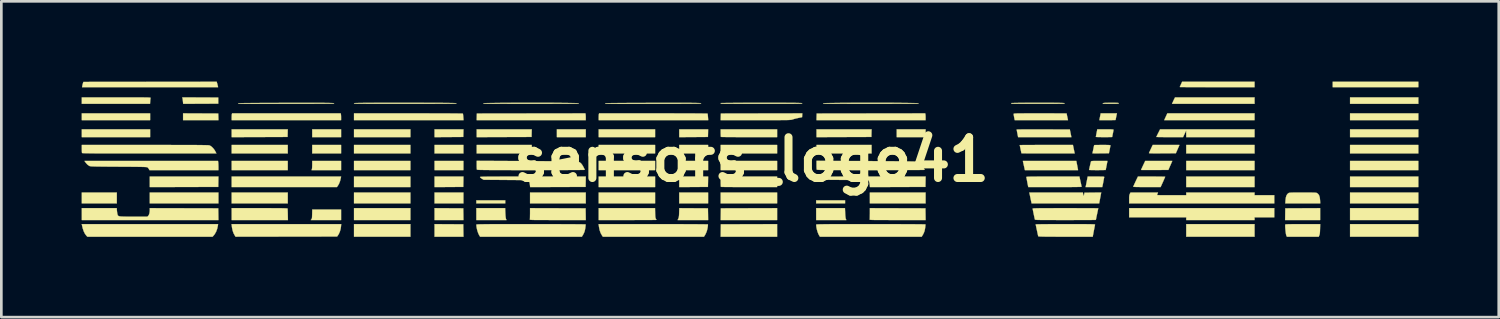
<source format=kicad_pcb>
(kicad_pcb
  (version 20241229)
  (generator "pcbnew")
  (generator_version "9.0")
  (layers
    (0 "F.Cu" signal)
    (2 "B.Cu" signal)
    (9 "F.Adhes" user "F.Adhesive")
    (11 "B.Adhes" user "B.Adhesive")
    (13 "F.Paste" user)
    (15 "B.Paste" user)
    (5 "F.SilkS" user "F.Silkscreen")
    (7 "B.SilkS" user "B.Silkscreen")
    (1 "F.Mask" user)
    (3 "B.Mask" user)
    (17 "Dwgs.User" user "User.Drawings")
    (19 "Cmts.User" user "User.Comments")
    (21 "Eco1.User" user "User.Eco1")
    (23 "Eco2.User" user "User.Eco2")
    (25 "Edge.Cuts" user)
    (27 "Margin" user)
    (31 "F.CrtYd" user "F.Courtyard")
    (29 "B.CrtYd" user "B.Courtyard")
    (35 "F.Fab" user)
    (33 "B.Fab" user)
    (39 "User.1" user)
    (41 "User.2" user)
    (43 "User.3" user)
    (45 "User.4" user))
  (footprint "sensors_logo41"
    (layer "F.Cu")
    (at 25.039 2.913)
    (property "Reference" "sensors_logo41" (at 0 0 0) (layer "F.SilkS") (effects (font (size 1.524 1.524) (thickness 0.3))))
    (attr through_hole)
    (fp_poly (pts (xy -23.724 1.638) (xy -25.032 1.638) (xy -25.032 1.232) (xy -23.724 1.232) (xy -23.724 1.638)) (stroke (width 0.01) (type solid)) (fill yes) (layer "F.SilkS"))
    (fp_poly (pts (xy -22.479 -1.473) (xy -25.032 -1.473) (xy -25.032 -1.727) (xy -22.479 -1.727) (xy -22.479 -1.473)) (stroke (width 0.01) (type solid)) (fill yes) (layer "F.SilkS"))
    (fp_poly (pts (xy -22.479 -0.838) (xy -25.032 -0.838) (xy -25.032 -1.13) (xy -22.479 -1.13) (xy -22.479 -0.838)) (stroke (width 0.01) (type solid)) (fill yes) (layer "F.SilkS"))
    (fp_poly (pts (xy -19.926 1.638) (xy -22.492 1.638) (xy -22.492 1.232) (xy -19.926 1.232) (xy -19.926 1.638)) (stroke (width 0.01) (type solid)) (fill yes) (layer "F.SilkS"))
    (fp_poly (pts (xy -17.335 -0.229) (xy -19.431 -0.229) (xy -19.431 -0.546) (xy -17.335 -0.546) (xy -17.335 -0.229)) (stroke (width 0.01) (type solid)) (fill yes) (layer "F.SilkS"))
    (fp_poly (pts (xy -17.335 0.394) (xy -19.431 0.394) (xy -19.431 0.051) (xy -17.335 0.051) (xy -17.335 0.394)) (stroke (width 0.01) (type solid)) (fill yes) (layer "F.SilkS"))
    (fp_poly (pts (xy -17.335 1.638) (xy -19.431 1.638) (xy -19.431 1.232) (xy -17.335 1.232) (xy -17.335 1.638)) (stroke (width 0.01) (type solid)) (fill yes) (layer "F.SilkS"))
    (fp_poly (pts (xy -15.342 -0.838) (xy -16.421 -0.838) (xy -16.421 -1.13) (xy -15.342 -1.13) (xy -15.342 -0.838)) (stroke (width 0.01) (type solid)) (fill yes) (layer "F.SilkS"))
    (fp_poly (pts (xy -15.342 -0.229) (xy -16.421 -0.229) (xy -16.421 -0.546) (xy -15.342 -0.546) (xy -15.342 -0.229)) (stroke (width 0.01) (type solid)) (fill yes) (layer "F.SilkS"))
    (fp_poly (pts (xy -12.751 -0.838) (xy -14.859 -0.838) (xy -14.859 -1.13) (xy -12.751 -1.13) (xy -12.751 -0.838)) (stroke (width 0.01) (type solid)) (fill yes) (layer "F.SilkS"))
    (fp_poly (pts (xy -12.751 -0.229) (xy -14.859 -0.229) (xy -14.859 -0.546) (xy -12.751 -0.546) (xy -12.751 -0.229)) (stroke (width 0.01) (type solid)) (fill yes) (layer "F.SilkS"))
    (fp_poly (pts (xy -12.751 0.394) (xy -14.859 0.394) (xy -14.859 0.051) (xy -12.751 0.051) (xy -12.751 0.394)) (stroke (width 0.01) (type solid)) (fill yes) (layer "F.SilkS"))
    (fp_poly (pts (xy -12.751 1.029) (xy -14.859 1.029) (xy -14.859 0.635) (xy -12.751 0.635) (xy -12.751 1.029)) (stroke (width 0.01) (type solid)) (fill yes) (layer "F.SilkS"))
    (fp_poly (pts (xy -12.751 1.638) (xy -14.859 1.638) (xy -14.859 1.232) (xy -12.751 1.232) (xy -12.751 1.638)) (stroke (width 0.01) (type solid)) (fill yes) (layer "F.SilkS"))
    (fp_poly (pts (xy -12.751 2.261) (xy -14.859 2.261) (xy -14.859 1.816) (xy -12.751 1.816) (xy -12.751 2.261)) (stroke (width 0.01) (type solid)) (fill yes) (layer "F.SilkS"))
    (fp_poly (pts (xy -12.751 2.883) (xy -14.859 2.883) (xy -14.859 2.413) (xy -12.751 2.413) (xy -12.751 2.883)) (stroke (width 0.01) (type solid)) (fill yes) (layer "F.SilkS"))
    (fp_poly (pts (xy -10.776 2.419) (xy -10.769 2.883) (xy -11.849 2.883) (xy -11.849 2.413) (xy -10.776 2.419)) (stroke (width 0.01) (type solid)) (fill yes) (layer "F.SilkS"))
    (fp_poly (pts (xy -10.77 -0.229) (xy -11.849 -0.229) (xy -11.849 -0.546) (xy -10.77 -0.546) (xy -10.77 -0.229)) (stroke (width 0.01) (type solid)) (fill yes) (layer "F.SilkS"))
    (fp_poly (pts (xy -10.77 0.394) (xy -11.849 0.394) (xy -11.849 0.051) (xy -10.77 0.051) (xy -10.77 0.394)) (stroke (width 0.01) (type solid)) (fill yes) (layer "F.SilkS"))
    (fp_poly (pts (xy -10.77 1.638) (xy -11.849 1.638) (xy -11.849 1.232) (xy -10.77 1.232) (xy -10.77 1.638)) (stroke (width 0.01) (type solid)) (fill yes) (layer "F.SilkS"))
    (fp_poly (pts (xy -9.207 1.638) (xy -10.287 1.638) (xy -10.287 1.524) (xy -9.207 1.524) (xy -9.207 1.638)) (stroke (width 0.01) (type solid)) (fill yes) (layer "F.SilkS"))
    (fp_poly (pts (xy -8.217 -0.229) (xy -10.274 -0.229) (xy -10.274 -0.546) (xy -8.217 -0.546) (xy -8.217 -0.229)) (stroke (width 0.01) (type solid)) (fill yes) (layer "F.SilkS"))
    (fp_poly (pts (xy -6.198 -0.838) (xy -7.277 -0.838) (xy -7.277 -1.13) (xy -6.198 -1.13) (xy -6.198 -0.838)) (stroke (width 0.01) (type solid)) (fill yes) (layer "F.SilkS"))
    (fp_poly (pts (xy -6.198 1.638) (xy -8.28 1.638) (xy -8.28 1.232) (xy -6.198 1.232) (xy -6.198 1.638)) (stroke (width 0.01) (type solid)) (fill yes) (layer "F.SilkS"))
    (fp_poly (pts (xy -3.607 -0.838) (xy -5.715 -0.838) (xy -5.715 -1.13) (xy -3.607 -1.13) (xy -3.607 -0.838)) (stroke (width 0.01) (type solid)) (fill yes) (layer "F.SilkS"))
    (fp_poly (pts (xy -3.607 -0.229) (xy -5.715 -0.229) (xy -5.715 -0.546) (xy -3.607 -0.546) (xy -3.607 -0.229)) (stroke (width 0.01) (type solid)) (fill yes) (layer "F.SilkS"))
    (fp_poly (pts (xy -3.607 0.394) (xy -5.715 0.394) (xy -5.715 0.051) (xy -3.607 0.051) (xy -3.607 0.394)) (stroke (width 0.01) (type solid)) (fill yes) (layer "F.SilkS"))
    (fp_poly (pts (xy -3.607 1.029) (xy -5.715 1.029) (xy -5.715 0.635) (xy -3.607 0.635) (xy -3.607 1.029)) (stroke (width 0.01) (type solid)) (fill yes) (layer "F.SilkS"))
    (fp_poly (pts (xy -3.607 1.638) (xy -5.715 1.638) (xy -5.715 1.232) (xy -3.607 1.232) (xy -3.607 1.638)) (stroke (width 0.01) (type solid)) (fill yes) (layer "F.SilkS"))
    (fp_poly (pts (xy -1.626 -0.229) (xy -2.705 -0.229) (xy -2.705 -0.546) (xy -1.626 -0.546) (xy -1.626 -0.229)) (stroke (width 0.01) (type solid)) (fill yes) (layer "F.SilkS"))
    (fp_poly (pts (xy -1.626 0.394) (xy -2.705 0.394) (xy -2.705 0.051) (xy -1.626 0.051) (xy -1.626 0.394)) (stroke (width 0.01) (type solid)) (fill yes) (layer "F.SilkS"))
    (fp_poly (pts (xy -1.626 1.638) (xy -2.705 1.638) (xy -2.705 1.232) (xy -1.626 1.232) (xy -1.626 1.638)) (stroke (width 0.01) (type solid)) (fill yes) (layer "F.SilkS"))
    (fp_poly (pts (xy 0.953 -0.229) (xy -1.156 -0.229) (xy -1.156 -0.546) (xy 0.953 -0.546) (xy 0.953 -0.229)) (stroke (width 0.01) (type solid)) (fill yes) (layer "F.SilkS"))
    (fp_poly (pts (xy 0.953 0.394) (xy -1.156 0.394) (xy -1.156 0.051) (xy 0.953 0.051) (xy 0.953 0.394)) (stroke (width 0.01) (type solid)) (fill yes) (layer "F.SilkS"))
    (fp_poly (pts (xy 0.953 1.638) (xy -1.156 1.638) (xy -1.156 1.232) (xy 0.953 1.232) (xy 0.953 1.638)) (stroke (width 0.01) (type solid)) (fill yes) (layer "F.SilkS"))
    (fp_poly (pts (xy 3.493 1.638) (xy 2.413 1.638) (xy 2.413 1.524) (xy 3.493 1.524) (xy 3.493 1.638)) (stroke (width 0.01) (type solid)) (fill yes) (layer "F.SilkS"))
    (fp_poly (pts (xy 4.483 -0.229) (xy 2.426 -0.229) (xy 2.426 -0.546) (xy 4.483 -0.546) (xy 4.483 -0.229)) (stroke (width 0.01) (type solid)) (fill yes) (layer "F.SilkS"))
    (fp_poly (pts (xy 6.502 -0.838) (xy 5.423 -0.838) (xy 5.423 -1.13) (xy 6.502 -1.13) (xy 6.502 -0.838)) (stroke (width 0.01) (type solid)) (fill yes) (layer "F.SilkS"))
    (fp_poly (pts (xy 6.502 1.638) (xy 4.42 1.638) (xy 4.42 1.232) (xy 6.502 1.232) (xy 6.502 1.638)) (stroke (width 0.01) (type solid)) (fill yes) (layer "F.SilkS"))
    (fp_poly (pts (xy 18.796 -0.229) (xy 16.243 -0.229) (xy 16.243 -0.546) (xy 18.796 -0.546) (xy 18.796 -0.229)) (stroke (width 0.01) (type solid)) (fill yes) (layer "F.SilkS"))
    (fp_poly (pts (xy 18.796 0.394) (xy 16.243 0.394) (xy 16.243 0.051) (xy 18.796 0.051) (xy 18.796 0.394)) (stroke (width 0.01) (type solid)) (fill yes) (layer "F.SilkS"))
    (fp_poly (pts (xy 18.796 1.029) (xy 16.243 1.029) (xy 16.243 0.635) (xy 18.796 0.635) (xy 18.796 1.029)) (stroke (width 0.01) (type solid)) (fill yes) (layer "F.SilkS"))
    (fp_poly (pts (xy 18.796 2.883) (xy 16.243 2.883) (xy 16.243 2.413) (xy 18.796 2.413) (xy 18.796 2.883)) (stroke (width 0.01) (type solid)) (fill yes) (layer "F.SilkS"))
    (fp_poly (pts (xy 24.917 -2.705) (xy 21.717 -2.705) (xy 21.717 -2.908) (xy 24.917 -2.908) (xy 24.917 -2.705)) (stroke (width 0.01) (type solid)) (fill yes) (layer "F.SilkS"))
    (fp_poly (pts (xy 24.917 -2.083) (xy 22.365 -2.083) (xy 22.365 -2.324) (xy 24.917 -2.324) (xy 24.917 -2.083)) (stroke (width 0.01) (type solid)) (fill yes) (layer "F.SilkS"))
    (fp_poly (pts (xy 24.917 -1.473) (xy 22.365 -1.473) (xy 22.365 -1.727) (xy 24.917 -1.727) (xy 24.917 -1.473)) (stroke (width 0.01) (type solid)) (fill yes) (layer "F.SilkS"))
    (fp_poly (pts (xy 24.917 -0.838) (xy 22.365 -0.838) (xy 22.365 -1.13) (xy 24.917 -1.13) (xy 24.917 -0.838)) (stroke (width 0.01) (type solid)) (fill yes) (layer "F.SilkS"))
    (fp_poly (pts (xy 24.917 -0.229) (xy 22.365 -0.229) (xy 22.365 -0.546) (xy 24.917 -0.546) (xy 24.917 -0.229)) (stroke (width 0.01) (type solid)) (fill yes) (layer "F.SilkS"))
    (fp_poly (pts (xy 24.917 0.394) (xy 22.365 0.394) (xy 22.365 0.051) (xy 24.917 0.051) (xy 24.917 0.394)) (stroke (width 0.01) (type solid)) (fill yes) (layer "F.SilkS"))
    (fp_poly (pts (xy 24.917 1.029) (xy 22.365 1.029) (xy 22.365 0.635) (xy 24.917 0.635) (xy 24.917 1.029)) (stroke (width 0.01) (type solid)) (fill yes) (layer "F.SilkS"))
    (fp_poly (pts (xy 24.917 1.638) (xy 22.365 1.638) (xy 22.365 1.232) (xy 24.917 1.232) (xy 24.917 1.638)) (stroke (width 0.01) (type solid)) (fill yes) (layer "F.SilkS"))
    (fp_poly (pts (xy 24.917 2.261) (xy 22.365 2.261) (xy 22.365 1.816) (xy 24.917 1.816) (xy 24.917 2.261)) (stroke (width 0.01) (type solid)) (fill yes) (layer "F.SilkS"))
    (fp_poly (pts (xy 24.917 2.883) (xy 22.365 2.883) (xy 22.365 2.413) (xy 24.917 2.413) (xy 24.917 2.883)) (stroke (width 0.01) (type solid)) (fill yes) (layer "F.SilkS"))
    (fp_poly (pts (xy -10.776 1.822) (xy -10.772 2.042) (xy -10.769 2.261) (xy -11.849 2.261) (xy -11.849 1.816) (xy -10.776 1.822)) (stroke (width 0.01) (type solid)) (fill yes) (layer "F.SilkS"))
    (fp_poly (pts (xy -8.22 -0.987) (xy -8.223 -0.845) (xy -10.274 -0.838) (xy -10.274 -1.13) (xy -8.216 -1.13) (xy -8.22 -0.987)) (stroke (width 0.01) (type solid)) (fill yes) (layer "F.SilkS"))
    (fp_poly (pts (xy 0.953 2.261) (xy -1.156 2.261) (xy -1.149 1.822) (xy -0.098 1.819) (xy 0.953 1.816) (xy 0.953 2.261)) (stroke (width 0.01) (type solid)) (fill yes) (layer "F.SilkS"))
    (fp_poly (pts (xy 4.48 -0.987) (xy 4.477 -0.845) (xy 2.426 -0.838) (xy 2.426 -1.13) (xy 4.484 -1.13) (xy 4.48 -0.987)) (stroke (width 0.01) (type solid)) (fill yes) (layer "F.SilkS"))
    (fp_poly (pts (xy 18.796 -1.473) (xy 15.42 -1.473) (xy 15.478 -1.6) (xy 15.537 -1.727) (xy 18.796 -1.727) (xy 18.796 -1.473)) (stroke (width 0.01) (type solid)) (fill yes) (layer "F.SilkS"))
    (fp_poly (pts (xy 21.247 2.261) (xy 19.938 2.261) (xy 19.945 1.822) (xy 20.596 1.819) (xy 21.247 1.816) (xy 21.247 2.261)) (stroke (width 0.01) (type solid)) (fill yes) (layer "F.SilkS"))
    (fp_poly (pts (xy -20.59 -1.724) (xy -19.933 -1.721) (xy -19.929 -1.597) (xy -19.925 -1.473) (xy -21.247 -1.473) (xy -21.247 -1.727) (xy -20.59 -1.724)) (stroke (width 0.01) (type solid)) (fill yes) (layer "F.SilkS"))
    (fp_poly (pts (xy -19.929 0.829) (xy -19.933 1.022) (xy -21.212 1.026) (xy -22.492 1.029) (xy -22.492 0.635) (xy -19.926 0.635) (xy -19.929 0.829)) (stroke (width 0.01) (type solid)) (fill yes) (layer "F.SilkS"))
    (fp_poly (pts (xy -17.338 -0.987) (xy -17.342 -0.845) (xy -18.386 -0.841) (xy -19.431 -0.838) (xy -19.431 -1.13) (xy -17.335 -1.13) (xy -17.338 -0.987)) (stroke (width 0.01) (type solid)) (fill yes) (layer "F.SilkS"))
    (fp_poly (pts (xy -10.772 0.829) (xy -10.776 1.022) (xy -11.313 1.026) (xy -11.849 1.029) (xy -11.849 0.635) (xy -10.769 0.635) (xy -10.772 0.829)) (stroke (width 0.01) (type solid)) (fill yes) (layer "F.SilkS"))
    (fp_poly (pts (xy -10.772 -0.987) (xy -10.776 -0.845) (xy -11.313 -0.841) (xy -11.849 -0.838) (xy -11.849 -1.13) (xy -10.769 -1.13) (xy -10.772 -0.987)) (stroke (width 0.01) (type solid)) (fill yes) (layer "F.SilkS"))
    (fp_poly (pts (xy -1.628 0.829) (xy -1.632 1.022) (xy -2.169 1.026) (xy -2.705 1.029) (xy -2.705 0.635) (xy -1.625 0.635) (xy -1.628 0.829)) (stroke (width 0.01) (type solid)) (fill yes) (layer "F.SilkS"))
    (fp_poly (pts (xy -1.628 -0.987) (xy -1.632 -0.845) (xy -2.169 -0.841) (xy -2.705 -0.838) (xy -2.705 -1.13) (xy -1.625 -1.13) (xy -1.628 -0.987)) (stroke (width 0.01) (type solid)) (fill yes) (layer "F.SilkS"))
    (fp_poly (pts (xy 0.953 2.883) (xy -1.156 2.883) (xy -1.153 2.651) (xy -1.149 2.419) (xy -0.098 2.416) (xy 0.953 2.413) (xy 0.953 2.883)) (stroke (width 0.01) (type solid)) (fill yes) (layer "F.SilkS"))
    (fp_poly (pts (xy -15.349 0.676) (xy -15.379 0.801) (xy -15.423 0.912) (xy -15.472 0.993) (xy -15.499 1.029) (xy -19.431 1.029) (xy -19.431 0.635) (xy -15.342 0.635) (xy -15.349 0.676)) (stroke (width 0.01) (type solid)) (fill yes) (layer "F.SilkS"))
    (fp_poly (pts (xy 18.796 -2.083) (xy 15.711 -2.083) (xy 15.743 -2.154) (xy 15.765 -2.203) (xy 15.788 -2.251) (xy 15.8 -2.275) (xy 15.825 -2.324) (xy 18.796 -2.324) (xy 18.796 -2.083)) (stroke (width 0.01) (type solid)) (fill yes) (layer "F.SilkS"))
    (fp_poly (pts (xy 19.533 2.159) (xy 18.796 2.159) (xy 18.796 2.261) (xy 16.243 2.261) (xy 16.243 2.159) (xy 14.11 2.159) (xy 14.11 1.816) (xy 19.533 1.816) (xy 19.533 2.159)) (stroke (width 0.01) (type solid)) (fill yes) (layer "F.SilkS"))
    (fp_poly (pts (xy -20.604 -2.321) (xy -19.933 -2.318) (xy -19.933 -2.089) (xy -21.243 -2.083) (xy -21.252 -2.168) (xy -21.257 -2.218) (xy -21.263 -2.263) (xy -21.268 -2.289) (xy -21.276 -2.324) (xy -20.604 -2.321)) (stroke (width 0.01) (type solid)) (fill yes) (layer "F.SilkS"))
    (fp_poly (pts (xy -15.342 0.394) (xy -16.446 0.394) (xy -16.433 0.361) (xy -16.428 0.335) (xy -16.424 0.291) (xy -16.422 0.235) (xy -16.421 0.19) (xy -16.421 0.051) (xy -15.342 0.051) (xy -15.342 0.394)) (stroke (width 0.01) (type solid)) (fill yes) (layer "F.SilkS"))
    (fp_poly (pts (xy -9.203 2.001) (xy -9.198 2.095) (xy -9.191 2.164) (xy -9.182 2.21) (xy -9.177 2.224) (xy -9.159 2.261) (xy -10.287 2.261) (xy -10.287 1.816) (xy -9.211 1.816) (xy -9.203 2.001)) (stroke (width 0.01) (type solid)) (fill yes) (layer "F.SilkS"))
    (fp_poly (pts (xy 3.497 2.001) (xy 3.502 2.095) (xy 3.509 2.164) (xy 3.518 2.21) (xy 3.523 2.224) (xy 3.541 2.261) (xy 2.413 2.261) (xy 2.413 1.816) (xy 3.489 1.816) (xy 3.497 2.001)) (stroke (width 0.01) (type solid)) (fill yes) (layer "F.SilkS"))
    (fp_poly (pts (xy -6.206 -1.699) (xy -6.202 -1.672) (xy -6.199 -1.629) (xy -6.198 -1.578) (xy -6.198 -1.572) (xy -6.198 -1.473) (xy -10.275 -1.473) (xy -10.268 -1.721) (xy -8.241 -1.724) (xy -6.213 -1.727) (xy -6.206 -1.699)) (stroke (width 0.01) (type solid)) (fill yes) (layer "F.SilkS"))
    (fp_poly (pts (xy 6.494 -1.699) (xy 6.498 -1.672) (xy 6.501 -1.629) (xy 6.502 -1.578) (xy 6.502 -1.572) (xy 6.502 -1.473) (xy 2.425 -1.473) (xy 2.432 -1.721) (xy 4.459 -1.724) (xy 6.487 -1.727) (xy 6.494 -1.699)) (stroke (width 0.01) (type solid)) (fill yes) (layer "F.SilkS"))
    (fp_poly (pts (xy -15.342 2.261) (xy -16.476 2.261) (xy -16.452 2.234) (xy -16.442 2.22) (xy -16.434 2.199) (xy -16.429 2.169) (xy -16.426 2.124) (xy -16.424 2.059) (xy -16.423 2.037) (xy -16.419 1.867) (xy -15.342 1.867) (xy -15.342 2.261)) (stroke (width 0.01) (type solid)) (fill yes) (layer "F.SilkS"))
    (fp_poly (pts (xy -1.632 1.822) (xy -1.628 2.042) (xy -1.625 2.261) (xy -2.765 2.261) (xy -2.739 2.208) (xy -2.728 2.18) (xy -2.72 2.147) (xy -2.714 2.104) (xy -2.71 2.044) (xy -2.708 1.986) (xy -2.702 1.816) (xy -1.632 1.822)) (stroke (width 0.01) (type solid)) (fill yes) (layer "F.SilkS"))
    (fp_poly (pts (xy 11.136 0.051) (xy 12.135 0.051) (xy 12.168 0.222) (xy 12.2 0.394) (xy 10.213 0.394) (xy 10.187 0.276) (xy 10.174 0.217) (xy 10.161 0.161) (xy 10.151 0.117) (xy 10.149 0.105) (xy 10.137 0.051) (xy 11.136 0.051)) (stroke (width 0.01) (type solid)) (fill yes) (layer "F.SilkS"))
    (fp_poly (pts (xy -19.972 -2.842) (xy -19.96 -2.796) (xy -19.95 -2.756) (xy -19.946 -2.74) (xy -19.939 -2.705) (xy -25.021 -2.705) (xy -25.012 -2.758) (xy -25.002 -2.806) (xy -24.989 -2.851) (xy -24.988 -2.857) (xy -24.972 -2.902) (xy -22.481 -2.905) (xy -19.991 -2.908) (xy -19.972 -2.842)) (stroke (width 0.01) (type solid)) (fill yes) (layer "F.SilkS"))
    (fp_poly (pts (xy -19.946 2.467) (xy -19.972 2.587) (xy -20.012 2.696) (xy -20.065 2.789) (xy -20.1 2.833) (xy -20.145 2.883) (xy -24.824 2.883) (xy -24.863 2.842) (xy -24.915 2.772) (xy -24.96 2.682) (xy -24.998 2.57) (xy -25.025 2.454) (xy -25.034 2.413) (xy -19.939 2.413) (xy -19.946 2.467)) (stroke (width 0.01) (type solid)) (fill yes) (layer "F.SilkS"))
    (fp_poly (pts (xy -15.35 -1.699) (xy -15.346 -1.672) (xy -15.343 -1.629) (xy -15.342 -1.578) (xy -15.342 -1.572) (xy -15.342 -1.473) (xy -19.431 -1.473) (xy -19.431 -1.572) (xy -19.43 -1.623) (xy -19.427 -1.668) (xy -19.424 -1.696) (xy -19.423 -1.699) (xy -19.415 -1.727) (xy -15.357 -1.727) (xy -15.35 -1.699)) (stroke (width 0.01) (type solid)) (fill yes) (layer "F.SilkS"))
    (fp_poly (pts (xy -15.345 2.499) (xy -15.36 2.597) (xy -15.388 2.693) (xy -15.426 2.779) (xy -15.448 2.815) (xy -15.49 2.877) (xy -17.388 2.88) (xy -19.285 2.883) (xy -19.312 2.842) (xy -19.36 2.755) (xy -19.394 2.659) (xy -19.418 2.547) (xy -19.425 2.492) (xy -19.433 2.413) (xy -15.338 2.413) (xy -15.345 2.499)) (stroke (width 0.01) (type solid)) (fill yes) (layer "F.SilkS"))
    (fp_poly (pts (xy 13.646 -1.699) (xy 13.64 -1.669) (xy 13.631 -1.628) (xy 13.622 -1.581) (xy 13.613 -1.537) (xy 13.606 -1.501) (xy 13.602 -1.481) (xy 13.602 -1.479) (xy 13.59 -1.477) (xy 13.556 -1.476) (xy 13.503 -1.475) (xy 13.436 -1.474) (xy 13.357 -1.473) (xy 13.299 -1.473) (xy 12.996 -1.473) (xy 13.046 -1.727) (xy 13.653 -1.727) (xy 13.646 -1.699)) (stroke (width 0.01) (type solid)) (fill yes) (layer "F.SilkS"))
    (fp_poly (pts (xy 0.953 -0.838) (xy -0.093 -0.838) (xy -0.254 -0.838) (xy -0.407 -0.839) (xy -0.551 -0.839) (xy -0.685 -0.84) (xy -0.805 -0.84) (xy -0.91 -0.841) (xy -0.998 -0.842) (xy -1.068 -0.843) (xy -1.116 -0.845) (xy -1.143 -0.846) (xy -1.147 -0.847) (xy -1.151 -0.862) (xy -1.153 -0.897) (xy -1.155 -0.947) (xy -1.156 -0.993) (xy -1.156 -1.13) (xy 0.953 -1.13) (xy 0.953 -0.838)) (stroke (width 0.01) (type solid)) (fill yes) (layer "F.SilkS"))
    (fp_poly (pts (xy 0.953 1.029) (xy -0.093 1.029) (xy -0.254 1.029) (xy -0.407 1.028) (xy -0.551 1.028) (xy -0.685 1.027) (xy -0.805 1.026) (xy -0.91 1.026) (xy -0.998 1.025) (xy -1.068 1.023) (xy -1.116 1.022) (xy -1.143 1.021) (xy -1.147 1.02) (xy -1.15 1.005) (xy -1.153 0.969) (xy -1.155 0.918) (xy -1.156 0.854) (xy -1.156 0.823) (xy -1.156 0.635) (xy 0.953 0.635) (xy 0.953 1.029)) (stroke (width 0.01) (type solid)) (fill yes) (layer "F.SilkS"))
    (fp_poly (pts (xy -18.195 1.816) (xy -18.024 1.816) (xy -17.876 1.817) (xy -17.75 1.817) (xy -17.644 1.818) (xy -17.556 1.819) (xy -17.485 1.821) (xy -17.43 1.822) (xy -17.39 1.824) (xy -17.362 1.827) (xy -17.347 1.829) (xy -17.342 1.832) (xy -17.34 1.85) (xy -17.338 1.888) (xy -17.336 1.942) (xy -17.334 2.008) (xy -17.333 2.054) (xy -17.329 2.261) (xy -19.431 2.261) (xy -19.431 1.816) (xy -18.389 1.816) (xy -18.195 1.816)) (stroke (width 0.01) (type solid)) (fill yes) (layer "F.SilkS"))
    (fp_poly (pts (xy 18.796 -2.705) (xy 17.399 -2.705) (xy 17.213 -2.705) (xy 17.034 -2.705) (xy 16.864 -2.706) (xy 16.705 -2.706) (xy 16.558 -2.706) (xy 16.424 -2.707) (xy 16.306 -2.707) (xy 16.205 -2.708) (xy 16.122 -2.708) (xy 16.06 -2.709) (xy 16.019 -2.71) (xy 16.002 -2.711) (xy 16.002 -2.711) (xy 16.007 -2.724) (xy 16.02 -2.755) (xy 16.039 -2.797) (xy 16.046 -2.812) (xy 16.089 -2.908) (xy 18.796 -2.908) (xy 18.796 -2.705)) (stroke (width 0.01) (type solid)) (fill yes) (layer "F.SilkS"))
    (fp_poly (pts (xy 18.796 -0.838) (xy 16.243 -0.838) (xy 16.241 -1.086) (xy 16.183 -0.962) (xy 16.125 -0.838) (xy 15.625 -0.838) (xy 15.515 -0.838) (xy 15.414 -0.839) (xy 15.323 -0.84) (xy 15.247 -0.84) (xy 15.187 -0.842) (xy 15.146 -0.843) (xy 15.127 -0.844) (xy 15.126 -0.845) (xy 15.131 -0.858) (xy 15.146 -0.889) (xy 15.167 -0.934) (xy 15.194 -0.988) (xy 15.196 -0.991) (xy 15.266 -1.13) (xy 18.796 -1.13) (xy 18.796 -0.838)) (stroke (width 0.01) (type solid)) (fill yes) (layer "F.SilkS"))
    (fp_poly (pts (xy 15.704 0.092) (xy 15.691 0.121) (xy 15.672 0.166) (xy 15.648 0.221) (xy 15.63 0.26) (xy 15.575 0.387) (xy 15.065 0.391) (xy 14.953 0.391) (xy 14.851 0.391) (xy 14.759 0.391) (xy 14.681 0.391) (xy 14.619 0.39) (xy 14.577 0.389) (xy 14.556 0.387) (xy 14.554 0.386) (xy 14.559 0.373) (xy 14.574 0.341) (xy 14.595 0.294) (xy 14.621 0.238) (xy 14.632 0.215) (xy 14.71 0.051) (xy 15.721 0.051) (xy 15.704 0.092)) (stroke (width 0.01) (type solid)) (fill yes) (layer "F.SilkS"))
    (fp_poly (pts (xy -12.603 -1.727) (xy -12.384 -1.727) (xy -12.174 -1.727) (xy -11.974 -1.726) (xy -11.785 -1.726) (xy -11.608 -1.725) (xy -11.444 -1.724) (xy -11.296 -1.724) (xy -11.164 -1.723) (xy -11.049 -1.722) (xy -10.954 -1.721) (xy -10.879 -1.72) (xy -10.826 -1.719) (xy -10.796 -1.718) (xy -10.79 -1.717) (xy -10.786 -1.7) (xy -10.782 -1.664) (xy -10.777 -1.616) (xy -10.775 -1.59) (xy -10.766 -1.473) (xy -14.859 -1.473) (xy -14.859 -1.727) (xy -12.828 -1.727) (xy -12.603 -1.727)) (stroke (width 0.01) (type solid)) (fill yes) (layer "F.SilkS"))
    (fp_poly (pts (xy -3.605 1.998) (xy -3.602 2.074) (xy -3.599 2.129) (xy -3.594 2.168) (xy -3.587 2.195) (xy -3.578 2.213) (xy -3.563 2.239) (xy -3.556 2.254) (xy -3.556 2.254) (xy -3.568 2.255) (xy -3.604 2.256) (xy -3.662 2.257) (xy -3.74 2.258) (xy -3.835 2.258) (xy -3.947 2.259) (xy -4.073 2.26) (xy -4.211 2.26) (xy -4.361 2.26) (xy -4.519 2.261) (xy -4.636 2.261) (xy -5.715 2.261) (xy -5.715 1.816) (xy -3.609 1.816) (xy -3.605 1.998)) (stroke (width 0.01) (type solid)) (fill yes) (layer "F.SilkS"))
    (fp_poly (pts (xy 13.048 1.32) (xy 13.038 1.377) (xy 13.025 1.445) (xy 13.013 1.512) (xy 13.01 1.524) (xy 12.989 1.638) (xy 10.465 1.638) (xy 10.458 1.61) (xy 10.453 1.587) (xy 10.444 1.545) (xy 10.432 1.489) (xy 10.419 1.425) (xy 10.415 1.407) (xy 10.379 1.232) (xy 12.38 1.232) (xy 12.388 1.28) (xy 12.398 1.329) (xy 12.406 1.354) (xy 12.413 1.356) (xy 12.421 1.335) (xy 12.426 1.308) (xy 12.44 1.238) (xy 13.065 1.231) (xy 13.048 1.32)) (stroke (width 0.01) (type solid)) (fill yes) (layer "F.SilkS"))
    (fp_poly (pts (xy 15.977 -0.518) (xy 15.968 -0.494) (xy 15.95 -0.454) (xy 15.928 -0.403) (xy 15.91 -0.362) (xy 15.854 -0.235) (xy 15.349 -0.232) (xy 15.218 -0.231) (xy 15.111 -0.231) (xy 15.025 -0.231) (xy 14.959 -0.232) (xy 14.91 -0.233) (xy 14.877 -0.236) (xy 14.857 -0.239) (xy 14.85 -0.242) (xy 14.85 -0.244) (xy 14.857 -0.262) (xy 14.874 -0.297) (xy 14.896 -0.345) (xy 14.922 -0.401) (xy 14.923 -0.403) (xy 14.99 -0.546) (xy 15.989 -0.546) (xy 15.977 -0.518)) (stroke (width 0.01) (type solid)) (fill yes) (layer "F.SilkS"))
    (fp_poly (pts (xy 10.701 -1.128) (xy 10.856 -1.127) (xy 10.899 -1.127) (xy 11.892 -1.124) (xy 11.915 -1.01) (xy 11.926 -0.955) (xy 11.936 -0.908) (xy 11.943 -0.875) (xy 11.944 -0.867) (xy 11.951 -0.838) (xy 9.96 -0.838) (xy 9.933 -0.975) (xy 9.922 -1.031) (xy 9.913 -1.078) (xy 9.908 -1.11) (xy 9.906 -1.121) (xy 9.918 -1.122) (xy 9.954 -1.124) (xy 10.012 -1.125) (xy 10.089 -1.126) (xy 10.183 -1.127) (xy 10.294 -1.127) (xy 10.418 -1.128) (xy 10.555 -1.128) (xy 10.701 -1.128)) (stroke (width 0.01) (type solid)) (fill yes) (layer "F.SilkS"))
    (fp_poly (pts (xy -23.532 -2.324) (xy -23.346 -2.324) (xy -23.183 -2.324) (xy -23.041 -2.324) (xy -22.919 -2.323) (xy -22.815 -2.323) (xy -22.727 -2.322) (xy -22.655 -2.321) (xy -22.597 -2.32) (xy -22.552 -2.319) (xy -22.517 -2.317) (xy -22.492 -2.315) (xy -22.476 -2.313) (xy -22.466 -2.31) (xy -22.461 -2.307) (xy -22.46 -2.304) (xy -22.461 -2.302) (xy -22.466 -2.279) (xy -22.471 -2.239) (xy -22.476 -2.189) (xy -22.476 -2.181) (xy -22.482 -2.083) (xy -25.032 -2.083) (xy -25.032 -2.324) (xy -23.741 -2.324) (xy -23.532 -2.324)) (stroke (width 0.01) (type solid)) (fill yes) (layer "F.SilkS"))
    (fp_poly (pts (xy -7.242 1.819) (xy -6.204 1.822) (xy -6.2 2.042) (xy -6.197 2.261) (xy -7.246 2.261) (xy -7.435 2.261) (xy -7.6 2.26) (xy -7.742 2.26) (xy -7.864 2.26) (xy -7.966 2.259) (xy -8.051 2.259) (xy -8.12 2.258) (xy -8.175 2.256) (xy -8.217 2.255) (xy -8.247 2.253) (xy -8.268 2.251) (xy -8.281 2.248) (xy -8.287 2.245) (xy -8.288 2.241) (xy -8.288 2.241) (xy -8.285 2.221) (xy -8.283 2.182) (xy -8.282 2.126) (xy -8.281 2.06) (xy -8.28 2.018) (xy -8.28 1.816) (xy -7.242 1.819)) (stroke (width 0.01) (type solid)) (fill yes) (layer "F.SilkS"))
    (fp_poly (pts (xy 5.458 1.819) (xy 6.496 1.822) (xy 6.5 2.042) (xy 6.503 2.261) (xy 5.454 2.261) (xy 5.265 2.261) (xy 5.1 2.26) (xy 4.958 2.26) (xy 4.836 2.26) (xy 4.734 2.259) (xy 4.649 2.259) (xy 4.58 2.258) (xy 4.525 2.256) (xy 4.483 2.255) (xy 4.453 2.253) (xy 4.432 2.251) (xy 4.419 2.248) (xy 4.413 2.245) (xy 4.412 2.241) (xy 4.412 2.241) (xy 4.415 2.221) (xy 4.417 2.182) (xy 4.418 2.126) (xy 4.419 2.06) (xy 4.42 2.018) (xy 4.42 1.816) (xy 5.458 1.819)) (stroke (width 0.01) (type solid)) (fill yes) (layer "F.SilkS"))
    (fp_poly (pts (xy 15.17 1.276) (xy 15.158 1.306) (xy 15.151 1.325) (xy 15.151 1.327) (xy 15.163 1.328) (xy 15.198 1.329) (xy 15.254 1.331) (xy 15.327 1.332) (xy 15.415 1.333) (xy 15.515 1.333) (xy 15.625 1.333) (xy 15.697 1.333) (xy 16.243 1.333) (xy 16.243 1.232) (xy 18.796 1.232) (xy 18.796 1.333) (xy 19.533 1.333) (xy 19.533 1.638) (xy 14.11 1.638) (xy 14.11 1.485) (xy 14.11 1.416) (xy 14.113 1.366) (xy 14.118 1.33) (xy 14.126 1.302) (xy 14.135 1.282) (xy 14.161 1.232) (xy 15.188 1.232) (xy 15.17 1.276)) (stroke (width 0.01) (type solid)) (fill yes) (layer "F.SilkS"))
    (fp_poly (pts (xy -3.451 -1.727) (xy -3.233 -1.727) (xy -3.024 -1.727) (xy -2.824 -1.726) (xy -2.635 -1.726) (xy -2.458 -1.725) (xy -2.296 -1.724) (xy -2.148 -1.724) (xy -2.016 -1.723) (xy -1.902 -1.722) (xy -1.808 -1.721) (xy -1.734 -1.72) (xy -1.681 -1.719) (xy -1.652 -1.717) (xy -1.646 -1.717) (xy -1.642 -1.7) (xy -1.638 -1.664) (xy -1.633 -1.616) (xy -1.631 -1.59) (xy -1.622 -1.473) (xy -5.715 -1.473) (xy -5.715 -1.572) (xy -5.714 -1.623) (xy -5.711 -1.668) (xy -5.708 -1.696) (xy -5.707 -1.699) (xy -5.699 -1.727) (xy -3.676 -1.727) (xy -3.451 -1.727)) (stroke (width 0.01) (type solid)) (fill yes) (layer "F.SilkS"))
    (fp_poly (pts (xy 1.886 -1.584) (xy 1.746 -1.555) (xy 1.68 -1.54) (xy 1.614 -1.524) (xy 1.558 -1.508) (xy 1.532 -1.5) (xy 1.519 -1.495) (xy 1.506 -1.492) (xy 1.492 -1.488) (xy 1.474 -1.485) (xy 1.451 -1.483) (xy 1.421 -1.481) (xy 1.384 -1.479) (xy 1.337 -1.477) (xy 1.279 -1.476) (xy 1.208 -1.475) (xy 1.124 -1.475) (xy 1.023 -1.474) (xy 0.906 -1.474) (xy 0.77 -1.473) (xy 0.614 -1.473) (xy 0.435 -1.473) (xy 0.234 -1.473) (xy 0.15 -1.473) (xy -1.157 -1.473) (xy -1.149 -1.721) (xy 0.372 -1.724) (xy 1.894 -1.727) (xy 1.886 -1.584)) (stroke (width 0.01) (type solid)) (fill yes) (layer "F.SilkS"))
    (fp_poly (pts (xy 12.97 0.635) (xy 13.044 0.636) (xy 13.099 0.637) (xy 13.137 0.638) (xy 13.161 0.641) (xy 13.174 0.645) (xy 13.178 0.65) (xy 13.178 0.657) (xy 13.173 0.679) (xy 13.165 0.719) (xy 13.155 0.77) (xy 13.151 0.794) (xy 13.14 0.854) (xy 13.129 0.912) (xy 13.119 0.958) (xy 13.117 0.968) (xy 13.104 1.029) (xy 12.481 1.029) (xy 12.488 1) (xy 12.493 0.976) (xy 12.502 0.934) (xy 12.512 0.88) (xy 12.522 0.832) (xy 12.533 0.772) (xy 12.543 0.72) (xy 12.551 0.681) (xy 12.555 0.664) (xy 12.561 0.635) (xy 12.873 0.635) (xy 12.97 0.635)) (stroke (width 0.01) (type solid)) (fill yes) (layer "F.SilkS"))
    (fp_poly (pts (xy 13.526 -2.121) (xy 13.598 -2.12) (xy 13.651 -2.119) (xy 13.687 -2.117) (xy 13.709 -2.114) (xy 13.719 -2.109) (xy 13.721 -2.103) (xy 13.721 -2.102) (xy 13.715 -2.096) (xy 13.701 -2.091) (xy 13.677 -2.087) (xy 13.639 -2.085) (xy 13.584 -2.084) (xy 13.509 -2.083) (xy 13.425 -2.083) (xy 13.342 -2.083) (xy 13.267 -2.084) (xy 13.205 -2.086) (xy 13.159 -2.087) (xy 13.133 -2.09) (xy 13.128 -2.091) (xy 13.123 -2.1) (xy 13.13 -2.107) (xy 13.151 -2.113) (xy 13.188 -2.117) (xy 13.244 -2.119) (xy 13.321 -2.12) (xy 13.421 -2.121) (xy 13.431 -2.121) (xy 13.526 -2.121)) (stroke (width 0.01) (type solid)) (fill yes) (layer "F.SilkS"))
    (fp_poly (pts (xy 15.058 0.635) (xy 15.16 0.636) (xy 15.252 0.637) (xy 15.33 0.638) (xy 15.391 0.639) (xy 15.434 0.64) (xy 15.454 0.642) (xy 15.456 0.643) (xy 15.451 0.656) (xy 15.437 0.689) (xy 15.416 0.737) (xy 15.39 0.796) (xy 15.371 0.84) (xy 15.285 1.029) (xy 14.774 1.029) (xy 14.634 1.028) (xy 14.515 1.027) (xy 14.418 1.026) (xy 14.344 1.024) (xy 14.293 1.021) (xy 14.266 1.018) (xy 14.262 1.016) (xy 14.267 1.001) (xy 14.282 0.967) (xy 14.304 0.919) (xy 14.331 0.86) (xy 14.35 0.819) (xy 14.438 0.635) (xy 14.947 0.635) (xy 15.058 0.635)) (stroke (width 0.01) (type solid)) (fill yes) (layer "F.SilkS"))
    (fp_poly (pts (xy 21.244 2.594) (xy 21.241 2.676) (xy 21.237 2.738) (xy 21.23 2.784) (xy 21.221 2.818) (xy 21.216 2.829) (xy 21.194 2.883) (xy 20.005 2.883) (xy 19.983 2.836) (xy 19.975 2.808) (xy 19.966 2.761) (xy 19.958 2.702) (xy 19.951 2.637) (xy 19.945 2.572) (xy 19.941 2.512) (xy 19.941 2.464) (xy 19.943 2.434) (xy 19.944 2.43) (xy 19.949 2.426) (xy 19.963 2.423) (xy 19.986 2.42) (xy 20.021 2.418) (xy 20.07 2.416) (xy 20.135 2.415) (xy 20.218 2.414) (xy 20.32 2.413) (xy 20.444 2.413) (xy 20.591 2.413) (xy 21.249 2.413) (xy 21.244 2.594)) (stroke (width 0.01) (type solid)) (fill yes) (layer "F.SilkS"))
    (fp_poly (pts (xy -19.933 1.822) (xy -19.929 2.042) (xy -19.926 2.261) (xy -25.032 2.261) (xy -25.032 1.816) (xy -23.727 1.816) (xy -23.719 1.915) (xy -23.713 1.968) (xy -23.705 2.018) (xy -23.697 2.053) (xy -23.697 2.054) (xy -23.69 2.073) (xy -23.682 2.089) (xy -23.671 2.101) (xy -23.653 2.111) (xy -23.628 2.119) (xy -23.592 2.125) (xy -23.543 2.129) (xy -23.479 2.131) (xy -23.398 2.133) (xy -23.297 2.133) (xy -23.174 2.134) (xy -23.096 2.134) (xy -22.582 2.134) (xy -22.551 2.105) (xy -22.524 2.065) (xy -22.504 2.006) (xy -22.493 1.931) (xy -22.492 1.887) (xy -22.492 1.816) (xy -19.933 1.822)) (stroke (width 0.01) (type solid)) (fill yes) (layer "F.SilkS"))
    (fp_poly (pts (xy -3.453 2.413) (xy -3.234 2.413) (xy -3.024 2.414) (xy -2.823 2.414) (xy -2.633 2.414) (xy -2.456 2.415) (xy -2.292 2.416) (xy -2.143 2.416) (xy -2.011 2.417) (xy -1.896 2.418) (xy -1.801 2.419) (xy -1.725 2.42) (xy -1.672 2.421) (xy -1.641 2.422) (xy -1.634 2.423) (xy -1.632 2.443) (xy -1.635 2.482) (xy -1.642 2.532) (xy -1.652 2.587) (xy -1.665 2.641) (xy -1.677 2.681) (xy -1.698 2.735) (xy -1.724 2.79) (xy -1.742 2.823) (xy -1.781 2.883) (xy -5.559 2.883) (xy -5.592 2.835) (xy -5.642 2.746) (xy -5.679 2.641) (xy -5.704 2.517) (xy -5.709 2.48) (xy -5.717 2.413) (xy -3.679 2.413) (xy -3.453 2.413)) (stroke (width 0.01) (type solid)) (fill yes) (layer "F.SilkS"))
    (fp_poly (pts (xy 12.074 -0.229) (xy 11.079 -0.229) (xy 10.923 -0.229) (xy 10.774 -0.229) (xy 10.634 -0.229) (xy 10.506 -0.23) (xy 10.391 -0.23) (xy 10.292 -0.231) (xy 10.21 -0.232) (xy 10.146 -0.233) (xy 10.104 -0.234) (xy 10.085 -0.235) (xy 10.084 -0.235) (xy 10.081 -0.249) (xy 10.074 -0.283) (xy 10.064 -0.332) (xy 10.052 -0.389) (xy 10.04 -0.446) (xy 10.03 -0.494) (xy 10.023 -0.527) (xy 10.02 -0.541) (xy 10.033 -0.542) (xy 10.069 -0.542) (xy 10.126 -0.543) (xy 10.203 -0.544) (xy 10.298 -0.544) (xy 10.408 -0.545) (xy 10.533 -0.545) (xy 10.669 -0.546) (xy 10.815 -0.546) (xy 10.97 -0.546) (xy 11.014 -0.546) (xy 12.008 -0.546) (xy 12.074 -0.229)) (stroke (width 0.01) (type solid)) (fill yes) (layer "F.SilkS"))
    (fp_poly (pts (xy 13.207 -0.546) (xy 13.284 -0.545) (xy 13.341 -0.543) (xy 13.379 -0.54) (xy 13.401 -0.537) (xy 13.41 -0.532) (xy 13.411 -0.53) (xy 13.408 -0.512) (xy 13.401 -0.475) (xy 13.391 -0.424) (xy 13.381 -0.375) (xy 13.353 -0.235) (xy 13.046 -0.232) (xy 12.96 -0.231) (xy 12.884 -0.231) (xy 12.82 -0.231) (xy 12.773 -0.232) (xy 12.744 -0.233) (xy 12.738 -0.234) (xy 12.741 -0.248) (xy 12.748 -0.281) (xy 12.758 -0.329) (xy 12.77 -0.386) (xy 12.782 -0.444) (xy 12.792 -0.492) (xy 12.799 -0.526) (xy 12.802 -0.54) (xy 12.814 -0.541) (xy 12.848 -0.543) (xy 12.9 -0.544) (xy 12.968 -0.545) (xy 13.047 -0.546) (xy 13.106 -0.546) (xy 13.207 -0.546)) (stroke (width 0.01) (type solid)) (fill yes) (layer "F.SilkS"))
    (fp_poly (pts (xy 13.32 -1.13) (xy 13.395 -1.129) (xy 13.45 -1.128) (xy 13.488 -1.125) (xy 13.511 -1.122) (xy 13.523 -1.117) (xy 13.525 -1.113) (xy 13.523 -1.093) (xy 13.516 -1.055) (xy 13.507 -1.005) (xy 13.5 -0.972) (xy 13.489 -0.919) (xy 13.481 -0.876) (xy 13.476 -0.85) (xy 13.475 -0.843) (xy 13.463 -0.842) (xy 13.429 -0.841) (xy 13.376 -0.84) (xy 13.309 -0.839) (xy 13.23 -0.838) (xy 13.17 -0.838) (xy 13.085 -0.839) (xy 13.009 -0.84) (xy 12.946 -0.841) (xy 12.899 -0.843) (xy 12.871 -0.846) (xy 12.865 -0.848) (xy 12.867 -0.863) (xy 12.874 -0.898) (xy 12.883 -0.947) (xy 12.892 -0.994) (xy 12.919 -1.13) (xy 13.222 -1.13) (xy 13.32 -1.13)) (stroke (width 0.01) (type solid)) (fill yes) (layer "F.SilkS"))
    (fp_poly (pts (xy 20.725 1.232) (xy 20.828 1.232) (xy 20.911 1.233) (xy 20.976 1.234) (xy 21.026 1.235) (xy 21.063 1.237) (xy 21.09 1.24) (xy 21.109 1.244) (xy 21.123 1.249) (xy 21.135 1.255) (xy 21.14 1.258) (xy 21.183 1.297) (xy 21.215 1.353) (xy 21.235 1.429) (xy 21.244 1.519) (xy 21.251 1.638) (xy 19.945 1.638) (xy 19.953 1.519) (xy 19.965 1.422) (xy 19.987 1.347) (xy 20.02 1.292) (xy 20.059 1.258) (xy 20.07 1.251) (xy 20.083 1.246) (xy 20.1 1.242) (xy 20.124 1.238) (xy 20.156 1.236) (xy 20.201 1.234) (xy 20.259 1.233) (xy 20.334 1.232) (xy 20.428 1.232) (xy 20.545 1.232) (xy 20.599 1.232) (xy 20.725 1.232)) (stroke (width 0.01) (type solid)) (fill yes) (layer "F.SilkS"))
    (fp_poly (pts (xy 13.29 0.098) (xy 13.283 0.132) (xy 13.274 0.182) (xy 13.262 0.24) (xy 13.257 0.265) (xy 13.247 0.317) (xy 13.239 0.358) (xy 13.234 0.384) (xy 13.233 0.389) (xy 13.221 0.39) (xy 13.187 0.391) (xy 13.135 0.392) (xy 13.067 0.393) (xy 12.987 0.394) (xy 12.922 0.394) (xy 12.836 0.394) (xy 12.76 0.393) (xy 12.695 0.392) (xy 12.647 0.391) (xy 12.618 0.39) (xy 12.611 0.389) (xy 12.614 0.375) (xy 12.621 0.342) (xy 12.631 0.295) (xy 12.643 0.242) (xy 12.655 0.188) (xy 12.667 0.138) (xy 12.676 0.098) (xy 12.682 0.075) (xy 12.682 0.073) (xy 12.686 0.066) (xy 12.695 0.061) (xy 12.712 0.057) (xy 12.74 0.054) (xy 12.782 0.052) (xy 12.842 0.051) (xy 12.921 0.051) (xy 12.994 0.051) (xy 13.298 0.051) (xy 13.29 0.098)) (stroke (width 0.01) (type solid)) (fill yes) (layer "F.SilkS"))
    (fp_poly (pts (xy 10.938 -1.727) (xy 11.087 -1.727) (xy 11.226 -1.727) (xy 11.354 -1.726) (xy 11.468 -1.726) (xy 11.567 -1.725) (xy 11.649 -1.724) (xy 11.712 -1.724) (xy 11.753 -1.723) (xy 11.772 -1.722) (xy 11.773 -1.722) (xy 11.775 -1.707) (xy 11.781 -1.675) (xy 11.79 -1.632) (xy 11.8 -1.586) (xy 11.809 -1.542) (xy 11.816 -1.509) (xy 11.818 -1.502) (xy 11.824 -1.473) (xy 9.833 -1.473) (xy 9.812 -1.578) (xy 9.803 -1.629) (xy 9.796 -1.673) (xy 9.792 -1.701) (xy 9.792 -1.705) (xy 9.793 -1.709) (xy 9.797 -1.713) (xy 9.806 -1.716) (xy 9.822 -1.718) (xy 9.846 -1.72) (xy 9.88 -1.722) (xy 9.925 -1.724) (xy 9.984 -1.725) (xy 10.057 -1.726) (xy 10.147 -1.726) (xy 10.255 -1.727) (xy 10.383 -1.727) (xy 10.532 -1.727) (xy 10.704 -1.727) (xy 10.782 -1.727) (xy 10.938 -1.727)) (stroke (width 0.01) (type solid)) (fill yes) (layer "F.SilkS"))
    (fp_poly (pts (xy 12.291 0.822) (xy 12.306 0.888) (xy 12.318 0.945) (xy 12.326 0.989) (xy 12.331 1.015) (xy 12.332 1.019) (xy 12.319 1.021) (xy 12.284 1.022) (xy 12.226 1.023) (xy 12.149 1.025) (xy 12.054 1.026) (xy 11.944 1.027) (xy 11.819 1.027) (xy 11.683 1.028) (xy 11.536 1.029) (xy 11.382 1.029) (xy 11.336 1.029) (xy 10.34 1.029) (xy 10.327 0.968) (xy 10.319 0.927) (xy 10.308 0.872) (xy 10.297 0.811) (xy 10.293 0.794) (xy 10.284 0.74) (xy 10.275 0.695) (xy 10.268 0.664) (xy 10.266 0.657) (xy 10.266 0.653) (xy 10.269 0.65) (xy 10.278 0.647) (xy 10.292 0.644) (xy 10.315 0.642) (xy 10.348 0.64) (xy 10.392 0.639) (xy 10.45 0.637) (xy 10.522 0.637) (xy 10.611 0.636) (xy 10.718 0.635) (xy 10.844 0.635) (xy 10.992 0.635) (xy 11.163 0.635) (xy 11.255 0.635) (xy 12.251 0.635) (xy 12.291 0.822)) (stroke (width 0.01) (type solid)) (fill yes) (layer "F.SilkS"))
    (fp_poly (pts (xy -6.2 0.829) (xy -6.204 1.022) (xy -7.241 1.026) (xy -8.277 1.029) (xy -8.286 0.937) (xy -8.295 0.876) (xy -8.309 0.822) (xy -8.326 0.783) (xy -8.335 0.772) (xy -8.348 0.771) (xy -8.384 0.771) (xy -8.441 0.77) (xy -8.517 0.769) (xy -8.611 0.768) (xy -8.719 0.766) (xy -8.84 0.765) (xy -8.972 0.764) (xy -9.112 0.763) (xy -9.176 0.762) (xy -10.014 0.756) (xy -10.074 0.72) (xy -10.111 0.696) (xy -10.138 0.672) (xy -10.148 0.66) (xy -10.149 0.657) (xy -10.149 0.654) (xy -10.146 0.651) (xy -10.14 0.649) (xy -10.128 0.646) (xy -10.11 0.644) (xy -10.085 0.643) (xy -10.051 0.641) (xy -10.008 0.64) (xy -9.954 0.639) (xy -9.888 0.638) (xy -9.808 0.637) (xy -9.714 0.637) (xy -9.605 0.636) (xy -9.479 0.636) (xy -9.335 0.635) (xy -9.173 0.635) (xy -8.99 0.635) (xy -8.785 0.635) (xy -8.558 0.635) (xy -8.308 0.635) (xy -6.197 0.635) (xy -6.2 0.829)) (stroke (width 0.01) (type solid)) (fill yes) (layer "F.SilkS"))
    (fp_poly (pts (xy 6.5 0.829) (xy 6.496 1.022) (xy 5.459 1.026) (xy 4.423 1.029) (xy 4.414 0.937) (xy 4.405 0.876) (xy 4.391 0.822) (xy 4.374 0.783) (xy 4.365 0.772) (xy 4.352 0.771) (xy 4.316 0.771) (xy 4.259 0.77) (xy 4.183 0.769) (xy 4.089 0.768) (xy 3.981 0.766) (xy 3.86 0.765) (xy 3.728 0.764) (xy 3.588 0.763) (xy 3.524 0.762) (xy 2.686 0.756) (xy 2.626 0.72) (xy 2.589 0.696) (xy 2.562 0.672) (xy 2.552 0.66) (xy 2.551 0.657) (xy 2.551 0.654) (xy 2.554 0.651) (xy 2.56 0.649) (xy 2.572 0.646) (xy 2.59 0.644) (xy 2.615 0.643) (xy 2.649 0.641) (xy 2.692 0.64) (xy 2.746 0.639) (xy 2.812 0.638) (xy 2.892 0.637) (xy 2.986 0.637) (xy 3.095 0.636) (xy 3.221 0.636) (xy 3.365 0.635) (xy 3.527 0.635) (xy 3.71 0.635) (xy 3.915 0.635) (xy 4.142 0.635) (xy 4.392 0.635) (xy 6.503 0.635) (xy 6.5 0.829)) (stroke (width 0.01) (type solid)) (fill yes) (layer "F.SilkS"))
    (fp_poly (pts (xy -19.934 0.098) (xy -19.931 0.132) (xy -19.928 0.183) (xy -19.927 0.242) (xy -19.926 0.27) (xy -19.926 0.394) (xy -22.504 0.394) (xy -22.522 0.359) (xy -22.545 0.324) (xy -22.568 0.298) (xy -22.573 0.294) (xy -22.581 0.29) (xy -22.591 0.286) (xy -22.606 0.283) (xy -22.628 0.281) (xy -22.658 0.279) (xy -22.697 0.277) (xy -22.748 0.275) (xy -22.812 0.274) (xy -22.891 0.273) (xy -22.987 0.271) (xy -23.1 0.27) (xy -23.233 0.269) (xy -23.388 0.268) (xy -23.565 0.267) (xy -23.652 0.267) (xy -23.84 0.266) (xy -24.005 0.265) (xy -24.147 0.264) (xy -24.269 0.263) (xy -24.373 0.261) (xy -24.459 0.26) (xy -24.53 0.259) (xy -24.588 0.257) (xy -24.633 0.256) (xy -24.669 0.254) (xy -24.696 0.251) (xy -24.716 0.248) (xy -24.731 0.245) (xy -24.742 0.241) (xy -24.752 0.237) (xy -24.759 0.233) (xy -24.819 0.191) (xy -24.875 0.13) (xy -24.904 0.092) (xy -24.932 0.051) (xy -19.942 0.051) (xy -19.934 0.098)) (stroke (width 0.01) (type solid)) (fill yes) (layer "F.SilkS"))
    (fp_poly (pts (xy 10.884 -2.121) (xy 11.045 -2.121) (xy 11.183 -2.12) (xy 11.3 -2.12) (xy 11.399 -2.119) (xy 11.48 -2.118) (xy 11.546 -2.117) (xy 11.597 -2.116) (xy 11.636 -2.114) (xy 11.663 -2.112) (xy 11.682 -2.11) (xy 11.692 -2.107) (xy 11.696 -2.103) (xy 11.697 -2.102) (xy 11.694 -2.098) (xy 11.687 -2.095) (xy 11.671 -2.093) (xy 11.648 -2.09) (xy 11.613 -2.088) (xy 11.567 -2.087) (xy 11.507 -2.086) (xy 11.432 -2.085) (xy 11.34 -2.084) (xy 11.229 -2.083) (xy 11.099 -2.083) (xy 10.946 -2.083) (xy 10.771 -2.083) (xy 10.708 -2.083) (xy 10.552 -2.083) (xy 10.403 -2.083) (xy 10.264 -2.084) (xy 10.135 -2.084) (xy 10.02 -2.085) (xy 9.921 -2.086) (xy 9.838 -2.087) (xy 9.774 -2.088) (xy 9.732 -2.09) (xy 9.712 -2.091) (xy 9.711 -2.091) (xy 9.703 -2.109) (xy 9.703 -2.11) (xy 9.715 -2.112) (xy 9.751 -2.114) (xy 9.808 -2.115) (xy 9.886 -2.116) (xy 9.98 -2.118) (xy 10.091 -2.119) (xy 10.215 -2.12) (xy 10.352 -2.12) (xy 10.498 -2.121) (xy 10.653 -2.121) (xy 10.7 -2.121) (xy 10.884 -2.121)) (stroke (width 0.01) (type solid)) (fill yes) (layer "F.SilkS"))
    (fp_poly (pts (xy -22.371 -0.546) (xy -22.092 -0.546) (xy -21.838 -0.546) (xy -21.605 -0.545) (xy -21.395 -0.545) (xy -21.206 -0.545) (xy -21.037 -0.544) (xy -20.888 -0.543) (xy -20.756 -0.543) (xy -20.643 -0.542) (xy -20.546 -0.541) (xy -20.465 -0.539) (xy -20.399 -0.538) (xy -20.347 -0.537) (xy -20.308 -0.535) (xy -20.281 -0.533) (xy -20.266 -0.531) (xy -20.264 -0.531) (xy -20.215 -0.506) (xy -20.162 -0.464) (xy -20.109 -0.408) (xy -20.063 -0.345) (xy -20.042 -0.307) (xy -20.002 -0.229) (xy -22.509 -0.229) (xy -22.807 -0.229) (xy -23.081 -0.229) (xy -23.332 -0.229) (xy -23.56 -0.229) (xy -23.767 -0.229) (xy -23.954 -0.229) (xy -24.121 -0.23) (xy -24.27 -0.23) (xy -24.402 -0.231) (xy -24.518 -0.231) (xy -24.619 -0.232) (xy -24.706 -0.233) (xy -24.779 -0.234) (xy -24.841 -0.235) (xy -24.891 -0.236) (xy -24.932 -0.237) (xy -24.964 -0.239) (xy -24.988 -0.24) (xy -25.004 -0.242) (xy -25.015 -0.244) (xy -25.022 -0.246) (xy -25.024 -0.249) (xy -25.027 -0.269) (xy -25.03 -0.309) (xy -25.031 -0.361) (xy -25.032 -0.407) (xy -25.032 -0.546) (xy -22.674 -0.546) (xy -22.371 -0.546)) (stroke (width 0.01) (type solid)) (fill yes) (layer "F.SilkS"))
    (fp_poly (pts (xy -8.024 2.413) (xy -7.805 2.413) (xy -7.595 2.414) (xy -7.394 2.414) (xy -7.205 2.414) (xy -7.027 2.415) (xy -6.863 2.416) (xy -6.715 2.416) (xy -6.582 2.417) (xy -6.467 2.418) (xy -6.372 2.419) (xy -6.296 2.42) (xy -6.243 2.421) (xy -6.212 2.422) (xy -6.206 2.423) (xy -6.203 2.442) (xy -6.206 2.479) (xy -6.211 2.527) (xy -6.219 2.581) (xy -6.229 2.633) (xy -6.239 2.676) (xy -6.244 2.69) (xy -6.262 2.736) (xy -6.287 2.788) (xy -6.303 2.816) (xy -6.343 2.883) (xy -10.147 2.883) (xy -10.178 2.833) (xy -10.209 2.772) (xy -10.238 2.695) (xy -10.262 2.609) (xy -10.279 2.523) (xy -10.287 2.445) (xy -10.287 2.435) (xy -10.286 2.432) (xy -10.282 2.43) (xy -10.275 2.427) (xy -10.263 2.425) (xy -10.245 2.423) (xy -10.219 2.421) (xy -10.185 2.42) (xy -10.142 2.419) (xy -10.088 2.418) (xy -10.022 2.417) (xy -9.943 2.416) (xy -9.85 2.415) (xy -9.741 2.414) (xy -9.616 2.414) (xy -9.474 2.414) (xy -9.313 2.413) (xy -9.132 2.413) (xy -8.93 2.413) (xy -8.705 2.413) (xy -8.458 2.413) (xy -8.249 2.413) (xy -8.024 2.413)) (stroke (width 0.01) (type solid)) (fill yes) (layer "F.SilkS"))
    (fp_poly (pts (xy 4.676 2.413) (xy 4.895 2.413) (xy 5.105 2.414) (xy 5.306 2.414) (xy 5.495 2.414) (xy 5.673 2.415) (xy 5.837 2.416) (xy 5.985 2.416) (xy 6.118 2.417) (xy 6.233 2.418) (xy 6.328 2.419) (xy 6.404 2.42) (xy 6.457 2.421) (xy 6.488 2.422) (xy 6.494 2.423) (xy 6.497 2.442) (xy 6.494 2.479) (xy 6.489 2.527) (xy 6.481 2.581) (xy 6.471 2.633) (xy 6.461 2.676) (xy 6.456 2.69) (xy 6.438 2.736) (xy 6.413 2.788) (xy 6.397 2.816) (xy 6.357 2.883) (xy 2.553 2.883) (xy 2.522 2.833) (xy 2.491 2.772) (xy 2.462 2.695) (xy 2.438 2.609) (xy 2.421 2.523) (xy 2.413 2.445) (xy 2.413 2.435) (xy 2.414 2.432) (xy 2.418 2.43) (xy 2.425 2.427) (xy 2.437 2.425) (xy 2.455 2.423) (xy 2.481 2.421) (xy 2.515 2.42) (xy 2.558 2.419) (xy 2.612 2.418) (xy 2.678 2.417) (xy 2.757 2.416) (xy 2.85 2.415) (xy 2.959 2.414) (xy 3.084 2.414) (xy 3.226 2.414) (xy 3.387 2.413) (xy 3.568 2.413) (xy 3.77 2.413) (xy 3.995 2.413) (xy 4.242 2.413) (xy 4.451 2.413) (xy 4.676 2.413)) (stroke (width 0.01) (type solid)) (fill yes) (layer "F.SilkS"))
    (fp_poly (pts (xy 11.923 2.413) (xy 12.093 2.413) (xy 12.24 2.413) (xy 12.367 2.414) (xy 12.475 2.414) (xy 12.565 2.415) (xy 12.638 2.416) (xy 12.698 2.417) (xy 12.744 2.418) (xy 12.779 2.42) (xy 12.804 2.422) (xy 12.82 2.424) (xy 12.83 2.427) (xy 12.834 2.43) (xy 12.835 2.434) (xy 12.835 2.435) (xy 12.83 2.455) (xy 12.822 2.494) (xy 12.811 2.55) (xy 12.798 2.617) (xy 12.788 2.67) (xy 12.748 2.883) (xy 11.733 2.883) (xy 11.541 2.883) (xy 11.373 2.883) (xy 11.228 2.882) (xy 11.104 2.882) (xy 11 2.881) (xy 10.915 2.88) (xy 10.846 2.878) (xy 10.793 2.876) (xy 10.755 2.874) (xy 10.73 2.872) (xy 10.716 2.869) (xy 10.712 2.867) (xy 10.708 2.85) (xy 10.699 2.813) (xy 10.688 2.762) (xy 10.675 2.701) (xy 10.661 2.636) (xy 10.647 2.572) (xy 10.635 2.514) (xy 10.625 2.466) (xy 10.619 2.434) (xy 10.617 2.423) (xy 10.63 2.421) (xy 10.666 2.42) (xy 10.723 2.418) (xy 10.801 2.417) (xy 10.897 2.416) (xy 11.009 2.415) (xy 11.136 2.414) (xy 11.275 2.414) (xy 11.425 2.413) (xy 11.584 2.413) (xy 11.729 2.413) (xy 11.923 2.413)) (stroke (width 0.01) (type solid)) (fill yes) (layer "F.SilkS"))
    (fp_poly (pts (xy -8.411 0.056) (xy -8.131 0.058) (xy -7.871 0.059) (xy -7.633 0.061) (xy -7.415 0.062) (xy -7.219 0.064) (xy -7.045 0.066) (xy -6.894 0.068) (xy -6.765 0.07) (xy -6.661 0.072) (xy -6.579 0.074) (xy -6.523 0.076) (xy -6.491 0.078) (xy -6.485 0.078) (xy -6.428 0.1) (xy -6.376 0.14) (xy -6.328 0.201) (xy -6.283 0.281) (xy -6.261 0.325) (xy -6.245 0.361) (xy -6.236 0.382) (xy -6.236 0.385) (xy -6.248 0.386) (xy -6.285 0.387) (xy -6.344 0.388) (xy -6.424 0.389) (xy -6.525 0.39) (xy -6.644 0.39) (xy -6.781 0.391) (xy -6.933 0.392) (xy -7.1 0.392) (xy -7.281 0.393) (xy -7.473 0.393) (xy -7.675 0.393) (xy -7.887 0.394) (xy -8.107 0.394) (xy -8.247 0.394) (xy -8.513 0.394) (xy -8.755 0.394) (xy -8.973 0.394) (xy -9.17 0.393) (xy -9.346 0.393) (xy -9.502 0.393) (xy -9.639 0.392) (xy -9.76 0.392) (xy -9.864 0.391) (xy -9.953 0.39) (xy -10.028 0.389) (xy -10.09 0.388) (xy -10.141 0.387) (xy -10.181 0.386) (xy -10.212 0.384) (xy -10.235 0.382) (xy -10.25 0.38) (xy -10.26 0.378) (xy -10.265 0.375) (xy -10.267 0.374) (xy -10.27 0.354) (xy -10.272 0.314) (xy -10.274 0.26) (xy -10.274 0.2) (xy -10.274 0.047) (xy -8.411 0.056)) (stroke (width 0.01) (type solid)) (fill yes) (layer "F.SilkS"))
    (fp_poly (pts (xy 0.599 -2.121) (xy 0.805 -2.121) (xy 0.989 -2.121) (xy 1.151 -2.12) (xy 1.293 -2.12) (xy 1.416 -2.119) (xy 1.522 -2.119) (xy 1.611 -2.118) (xy 1.685 -2.117) (xy 1.745 -2.116) (xy 1.793 -2.114) (xy 1.83 -2.113) (xy 1.857 -2.111) (xy 1.875 -2.109) (xy 1.886 -2.106) (xy 1.892 -2.104) (xy 1.892 -2.102) (xy 1.89 -2.099) (xy 1.883 -2.096) (xy 1.869 -2.094) (xy 1.848 -2.092) (xy 1.817 -2.09) (xy 1.776 -2.089) (xy 1.723 -2.087) (xy 1.658 -2.086) (xy 1.578 -2.085) (xy 1.482 -2.085) (xy 1.37 -2.084) (xy 1.24 -2.084) (xy 1.09 -2.083) (xy 0.919 -2.083) (xy 0.726 -2.083) (xy 0.51 -2.083) (xy 0.377 -2.083) (xy 0.183 -2.083) (xy -0.004 -2.083) (xy -0.183 -2.083) (xy -0.351 -2.084) (xy -0.507 -2.084) (xy -0.65 -2.085) (xy -0.779 -2.086) (xy -0.89 -2.087) (xy -0.984 -2.087) (xy -1.058 -2.088) (xy -1.111 -2.089) (xy -1.141 -2.091) (xy -1.147 -2.091) (xy -1.156 -2.109) (xy -1.156 -2.11) (xy -1.143 -2.112) (xy -1.107 -2.113) (xy -1.048 -2.114) (xy -0.969 -2.115) (xy -0.871 -2.116) (xy -0.754 -2.117) (xy -0.622 -2.118) (xy -0.475 -2.119) (xy -0.316 -2.12) (xy -0.144 -2.12) (xy 0.037 -2.121) (xy 0.226 -2.121) (xy 0.368 -2.121) (xy 0.599 -2.121)) (stroke (width 0.01) (type solid)) (fill yes) (layer "F.SilkS"))
    (fp_poly (pts (xy 4.289 0.056) (xy 4.569 0.058) (xy 4.829 0.059) (xy 5.067 0.061) (xy 5.285 0.062) (xy 5.481 0.064) (xy 5.655 0.066) (xy 5.806 0.068) (xy 5.935 0.07) (xy 6.039 0.072) (xy 6.121 0.074) (xy 6.177 0.076) (xy 6.209 0.078) (xy 6.215 0.078) (xy 6.272 0.1) (xy 6.324 0.14) (xy 6.372 0.201) (xy 6.417 0.281) (xy 6.439 0.325) (xy 6.455 0.361) (xy 6.464 0.382) (xy 6.464 0.385) (xy 6.452 0.386) (xy 6.415 0.387) (xy 6.356 0.388) (xy 6.276 0.389) (xy 6.175 0.39) (xy 6.056 0.39) (xy 5.919 0.391) (xy 5.767 0.392) (xy 5.6 0.392) (xy 5.419 0.393) (xy 5.227 0.393) (xy 5.025 0.393) (xy 4.813 0.394) (xy 4.593 0.394) (xy 4.453 0.394) (xy 4.187 0.394) (xy 3.945 0.394) (xy 3.727 0.394) (xy 3.53 0.393) (xy 3.354 0.393) (xy 3.198 0.393) (xy 3.061 0.392) (xy 2.94 0.392) (xy 2.836 0.391) (xy 2.747 0.39) (xy 2.672 0.389) (xy 2.61 0.388) (xy 2.559 0.387) (xy 2.519 0.386) (xy 2.488 0.384) (xy 2.465 0.382) (xy 2.45 0.38) (xy 2.44 0.378) (xy 2.435 0.375) (xy 2.433 0.374) (xy 2.43 0.354) (xy 2.428 0.314) (xy 2.426 0.26) (xy 2.426 0.2) (xy 2.426 0.047) (xy 4.289 0.056)) (stroke (width 0.01) (type solid)) (fill yes) (layer "F.SilkS"))
    (fp_poly (pts (xy -8.088 -2.122) (xy -7.903 -2.121) (xy -7.722 -2.121) (xy -7.546 -2.12) (xy -7.377 -2.12) (xy -7.217 -2.119) (xy -7.067 -2.117) (xy -6.93 -2.116) (xy -6.806 -2.114) (xy -6.698 -2.112) (xy -6.608 -2.11) (xy -6.537 -2.108) (xy -6.488 -2.106) (xy -6.461 -2.103) (xy -6.458 -2.102) (xy -6.455 -2.1) (xy -6.46 -2.098) (xy -6.472 -2.096) (xy -6.494 -2.094) (xy -6.526 -2.092) (xy -6.569 -2.091) (xy -6.624 -2.09) (xy -6.694 -2.089) (xy -6.778 -2.088) (xy -6.878 -2.087) (xy -6.995 -2.086) (xy -7.13 -2.086) (xy -7.284 -2.086) (xy -7.459 -2.085) (xy -7.655 -2.085) (xy -7.874 -2.085) (xy -8.116 -2.085) (xy -8.242 -2.085) (xy -8.497 -2.085) (xy -8.727 -2.085) (xy -8.934 -2.085) (xy -9.119 -2.085) (xy -9.283 -2.086) (xy -9.427 -2.086) (xy -9.552 -2.087) (xy -9.66 -2.087) (xy -9.752 -2.088) (xy -9.828 -2.089) (xy -9.891 -2.09) (xy -9.94 -2.092) (xy -9.977 -2.093) (xy -10.003 -2.095) (xy -10.02 -2.097) (xy -10.028 -2.099) (xy -10.029 -2.101) (xy -10.027 -2.102) (xy -10.008 -2.105) (xy -9.966 -2.107) (xy -9.902 -2.11) (xy -9.819 -2.112) (xy -9.716 -2.114) (xy -9.598 -2.115) (xy -9.465 -2.117) (xy -9.319 -2.118) (xy -9.162 -2.119) (xy -8.995 -2.12) (xy -8.822 -2.121) (xy -8.642 -2.121) (xy -8.459 -2.122) (xy -8.273 -2.122) (xy -8.088 -2.122)) (stroke (width 0.01) (type solid)) (fill yes) (layer "F.SilkS"))
    (fp_poly (pts (xy 4.612 -2.122) (xy 4.797 -2.121) (xy 4.978 -2.121) (xy 5.154 -2.12) (xy 5.323 -2.12) (xy 5.483 -2.119) (xy 5.633 -2.117) (xy 5.77 -2.116) (xy 5.894 -2.114) (xy 6.002 -2.112) (xy 6.092 -2.11) (xy 6.163 -2.108) (xy 6.212 -2.106) (xy 6.239 -2.103) (xy 6.242 -2.102) (xy 6.245 -2.1) (xy 6.24 -2.098) (xy 6.228 -2.096) (xy 6.206 -2.094) (xy 6.174 -2.092) (xy 6.131 -2.091) (xy 6.076 -2.09) (xy 6.006 -2.089) (xy 5.922 -2.088) (xy 5.822 -2.087) (xy 5.705 -2.086) (xy 5.57 -2.086) (xy 5.416 -2.086) (xy 5.241 -2.085) (xy 5.045 -2.085) (xy 4.826 -2.085) (xy 4.584 -2.085) (xy 4.458 -2.085) (xy 4.203 -2.085) (xy 3.973 -2.085) (xy 3.766 -2.085) (xy 3.581 -2.085) (xy 3.417 -2.086) (xy 3.273 -2.086) (xy 3.148 -2.087) (xy 3.04 -2.087) (xy 2.948 -2.088) (xy 2.872 -2.089) (xy 2.809 -2.09) (xy 2.76 -2.092) (xy 2.723 -2.093) (xy 2.697 -2.095) (xy 2.68 -2.097) (xy 2.672 -2.099) (xy 2.671 -2.101) (xy 2.673 -2.102) (xy 2.692 -2.105) (xy 2.734 -2.107) (xy 2.798 -2.11) (xy 2.881 -2.112) (xy 2.984 -2.114) (xy 3.102 -2.115) (xy 3.235 -2.117) (xy 3.381 -2.118) (xy 3.538 -2.119) (xy 3.705 -2.12) (xy 3.878 -2.121) (xy 4.058 -2.121) (xy 4.241 -2.122) (xy 4.427 -2.122) (xy 4.612 -2.122)) (stroke (width 0.01) (type solid)) (fill yes) (layer "F.SilkS"))
    (fp_poly (pts (xy -16.385 -2.119) (xy -16.243 -2.119) (xy -16.118 -2.118) (xy -16.011 -2.118) (xy -15.919 -2.117) (xy -15.842 -2.116) (xy -15.778 -2.115) (xy -15.727 -2.114) (xy -15.686 -2.112) (xy -15.655 -2.11) (xy -15.632 -2.108) (xy -15.616 -2.106) (xy -15.607 -2.103) (xy -15.605 -2.103) (xy -15.602 -2.101) (xy -15.605 -2.098) (xy -15.614 -2.096) (xy -15.632 -2.094) (xy -15.659 -2.093) (xy -15.697 -2.091) (xy -15.747 -2.09) (xy -15.809 -2.089) (xy -15.886 -2.088) (xy -15.977 -2.087) (xy -16.085 -2.086) (xy -16.21 -2.086) (xy -16.354 -2.085) (xy -16.517 -2.085) (xy -16.702 -2.084) (xy -16.908 -2.084) (xy -17.137 -2.084) (xy -17.386 -2.084) (xy -17.645 -2.084) (xy -17.88 -2.084) (xy -18.091 -2.084) (xy -18.28 -2.084) (xy -18.448 -2.084) (xy -18.596 -2.085) (xy -18.725 -2.085) (xy -18.835 -2.086) (xy -18.929 -2.087) (xy -19.006 -2.088) (xy -19.068 -2.089) (xy -19.117 -2.091) (xy -19.152 -2.092) (xy -19.176 -2.094) (xy -19.189 -2.096) (xy -19.192 -2.098) (xy -19.192 -2.099) (xy -19.184 -2.101) (xy -19.167 -2.103) (xy -19.139 -2.105) (xy -19.098 -2.107) (xy -19.044 -2.108) (xy -18.975 -2.11) (xy -18.891 -2.111) (xy -18.791 -2.112) (xy -18.673 -2.113) (xy -18.536 -2.114) (xy -18.38 -2.115) (xy -18.203 -2.116) (xy -18.004 -2.116) (xy -17.783 -2.117) (xy -17.537 -2.118) (xy -17.411 -2.118) (xy -17.16 -2.118) (xy -16.933 -2.119) (xy -16.729 -2.119) (xy -16.547 -2.119) (xy -16.385 -2.119)) (stroke (width 0.01) (type solid)) (fill yes) (layer "F.SilkS"))
    (fp_poly (pts (xy -2.669 -2.119) (xy -2.527 -2.119) (xy -2.402 -2.118) (xy -2.295 -2.118) (xy -2.203 -2.117) (xy -2.126 -2.116) (xy -2.062 -2.115) (xy -2.011 -2.114) (xy -1.97 -2.112) (xy -1.939 -2.11) (xy -1.916 -2.108) (xy -1.9 -2.106) (xy -1.891 -2.103) (xy -1.889 -2.103) (xy -1.886 -2.101) (xy -1.889 -2.098) (xy -1.898 -2.096) (xy -1.916 -2.094) (xy -1.943 -2.093) (xy -1.981 -2.091) (xy -2.031 -2.09) (xy -2.093 -2.089) (xy -2.17 -2.088) (xy -2.261 -2.087) (xy -2.369 -2.086) (xy -2.494 -2.086) (xy -2.638 -2.085) (xy -2.801 -2.085) (xy -2.986 -2.084) (xy -3.192 -2.084) (xy -3.421 -2.084) (xy -3.67 -2.084) (xy -3.929 -2.084) (xy -4.164 -2.084) (xy -4.375 -2.084) (xy -4.564 -2.084) (xy -4.732 -2.084) (xy -4.88 -2.085) (xy -5.009 -2.085) (xy -5.119 -2.086) (xy -5.213 -2.087) (xy -5.29 -2.088) (xy -5.352 -2.089) (xy -5.401 -2.091) (xy -5.436 -2.092) (xy -5.46 -2.094) (xy -5.473 -2.096) (xy -5.476 -2.098) (xy -5.476 -2.099) (xy -5.468 -2.101) (xy -5.451 -2.103) (xy -5.423 -2.105) (xy -5.382 -2.107) (xy -5.328 -2.108) (xy -5.259 -2.11) (xy -5.175 -2.111) (xy -5.075 -2.112) (xy -4.957 -2.113) (xy -4.82 -2.114) (xy -4.664 -2.115) (xy -4.487 -2.116) (xy -4.288 -2.116) (xy -4.067 -2.117) (xy -3.821 -2.118) (xy -3.695 -2.118) (xy -3.444 -2.118) (xy -3.217 -2.119) (xy -3.013 -2.119) (xy -2.831 -2.119) (xy -2.669 -2.119)) (stroke (width 0.01) (type solid)) (fill yes) (layer "F.SilkS"))
    (fp_poly (pts (xy 11.903 1.816) (xy 12.069 1.816) (xy 12.227 1.817) (xy 12.374 1.817) (xy 12.508 1.817) (xy 12.628 1.818) (xy 12.731 1.818) (xy 12.817 1.819) (xy 12.884 1.82) (xy 12.929 1.82) (xy 12.952 1.821) (xy 12.954 1.821) (xy 12.952 1.835) (xy 12.945 1.869) (xy 12.934 1.92) (xy 12.921 1.983) (xy 12.91 2.037) (xy 12.895 2.107) (xy 12.882 2.168) (xy 12.873 2.216) (xy 12.867 2.246) (xy 12.865 2.255) (xy 12.853 2.255) (xy 12.817 2.256) (xy 12.759 2.257) (xy 12.681 2.258) (xy 12.585 2.259) (xy 12.473 2.259) (xy 12.346 2.26) (xy 12.206 2.26) (xy 12.055 2.26) (xy 11.895 2.261) (xy 11.729 2.261) (xy 11.533 2.261) (xy 11.361 2.26) (xy 11.211 2.26) (xy 11.082 2.26) (xy 10.972 2.26) (xy 10.88 2.259) (xy 10.804 2.258) (xy 10.742 2.257) (xy 10.693 2.256) (xy 10.656 2.254) (xy 10.629 2.252) (xy 10.61 2.25) (xy 10.598 2.247) (xy 10.591 2.244) (xy 10.587 2.24) (xy 10.587 2.238) (xy 10.581 2.215) (xy 10.571 2.173) (xy 10.56 2.119) (xy 10.547 2.058) (xy 10.534 1.995) (xy 10.522 1.936) (xy 10.512 1.885) (xy 10.505 1.849) (xy 10.503 1.833) (xy 10.506 1.83) (xy 10.518 1.828) (xy 10.539 1.825) (xy 10.57 1.823) (xy 10.613 1.822) (xy 10.67 1.82) (xy 10.742 1.819) (xy 10.829 1.818) (xy 10.934 1.818) (xy 11.058 1.817) (xy 11.202 1.817) (xy 11.368 1.816) (xy 11.557 1.816) (xy 11.728 1.816) (xy 11.903 1.816)) (stroke (width 0.01) (type solid)) (fill yes) (layer "F.SilkS"))
    (fp_poly (pts (xy -13.111 -2.12) (xy -12.964 -2.12) (xy -12.701 -2.12) (xy -12.463 -2.12) (xy -12.248 -2.12) (xy -12.055 -2.119) (xy -11.883 -2.119) (xy -11.73 -2.119) (xy -11.596 -2.118) (xy -11.48 -2.117) (xy -11.38 -2.116) (xy -11.295 -2.115) (xy -11.224 -2.114) (xy -11.166 -2.113) (xy -11.12 -2.111) (xy -11.085 -2.109) (xy -11.059 -2.107) (xy -11.042 -2.105) (xy -11.031 -2.103) (xy -11.03 -2.102) (xy -11.028 -2.1) (xy -11.032 -2.098) (xy -11.044 -2.096) (xy -11.066 -2.094) (xy -11.097 -2.093) (xy -11.14 -2.091) (xy -11.195 -2.09) (xy -11.263 -2.089) (xy -11.346 -2.088) (xy -11.445 -2.087) (xy -11.56 -2.086) (xy -11.693 -2.086) (xy -11.844 -2.085) (xy -12.016 -2.085) (xy -12.209 -2.084) (xy -12.423 -2.084) (xy -12.661 -2.084) (xy -12.924 -2.084) (xy -12.925 -2.084) (xy -13.187 -2.084) (xy -13.424 -2.084) (xy -13.638 -2.084) (xy -13.83 -2.084) (xy -14.001 -2.084) (xy -14.152 -2.084) (xy -14.285 -2.085) (xy -14.401 -2.085) (xy -14.5 -2.086) (xy -14.585 -2.087) (xy -14.656 -2.088) (xy -14.713 -2.089) (xy -14.76 -2.09) (xy -14.796 -2.092) (xy -14.822 -2.093) (xy -14.841 -2.095) (xy -14.852 -2.098) (xy -14.858 -2.1) (xy -14.859 -2.102) (xy -14.857 -2.104) (xy -14.85 -2.107) (xy -14.837 -2.109) (xy -14.816 -2.111) (xy -14.787 -2.113) (xy -14.748 -2.114) (xy -14.699 -2.115) (xy -14.638 -2.116) (xy -14.563 -2.117) (xy -14.474 -2.118) (xy -14.37 -2.119) (xy -14.249 -2.119) (xy -14.111 -2.12) (xy -13.953 -2.12) (xy -13.776 -2.12) (xy -13.577 -2.12) (xy -13.356 -2.12) (xy -13.111 -2.12)) (stroke (width 0.01) (type solid)) (fill yes) (layer "F.SilkS")))
  (gr_rect
    (start -3 -3)
    (end 52.961 8.801)
    (stroke (width 0.1) (type default))
    (fill no)
    (layer "Edge.Cuts")))
</source>
